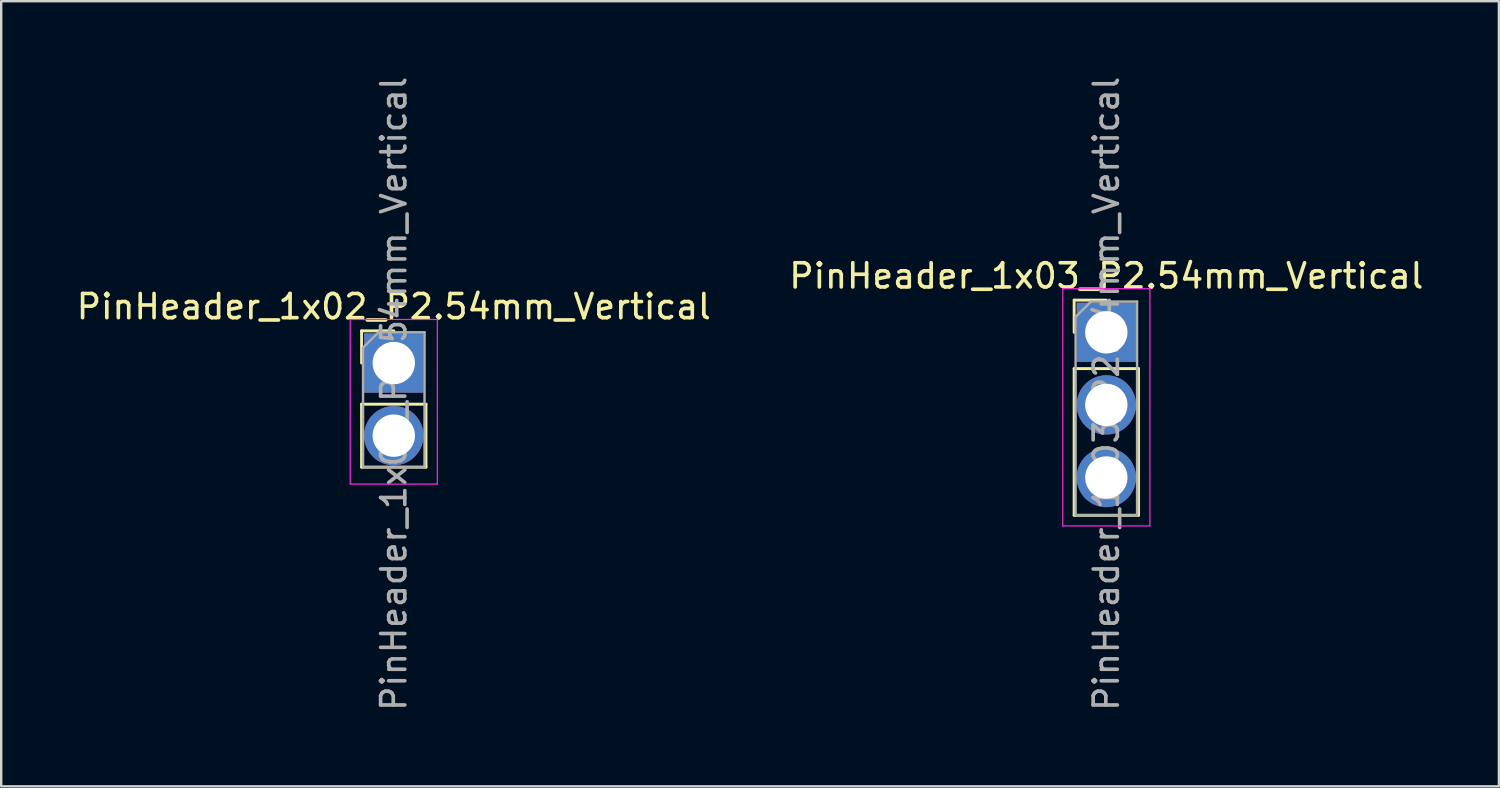
<source format=kicad_pcb>
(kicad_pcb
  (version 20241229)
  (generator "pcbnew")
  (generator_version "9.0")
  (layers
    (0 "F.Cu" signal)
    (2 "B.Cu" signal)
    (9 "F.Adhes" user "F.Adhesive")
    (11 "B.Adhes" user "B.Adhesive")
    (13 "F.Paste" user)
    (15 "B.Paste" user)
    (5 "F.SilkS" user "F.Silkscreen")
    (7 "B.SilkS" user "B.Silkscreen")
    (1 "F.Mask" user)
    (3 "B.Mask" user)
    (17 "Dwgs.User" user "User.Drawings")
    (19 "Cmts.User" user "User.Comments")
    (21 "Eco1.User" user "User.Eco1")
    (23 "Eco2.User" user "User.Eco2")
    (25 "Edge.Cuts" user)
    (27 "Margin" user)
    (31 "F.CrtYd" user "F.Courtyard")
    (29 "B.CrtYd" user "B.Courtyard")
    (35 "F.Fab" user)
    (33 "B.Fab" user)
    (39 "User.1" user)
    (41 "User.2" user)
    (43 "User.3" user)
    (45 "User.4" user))
  (footprint "PinHeader_1x02_P2.54mm_Vertical"
    (layer "F.Cu")
    (at 13.22 11.95)
    (property "Reference" "PinHeader_1x02_P2.54mm_Vertical" (at 0 -2.33 0) (layer "F.SilkS") (effects (font (size 1 1) (thickness 0.15))))
    (attr through_hole)
    (fp_line (start -1.33 -1.33) (end 0 -1.33) (stroke (width 0.12) (type solid)) (layer "F.SilkS"))
    (fp_line (start -1.33 0) (end -1.33 -1.33) (stroke (width 0.12) (type solid)) (layer "F.SilkS"))
    (fp_line (start -1.33 1.7) (end -1.33 4.3) (stroke (width 0.12) (type solid)) (layer "F.SilkS"))
    (fp_line (start -1.33 1.7) (end 1.33 1.7) (stroke (width 0.12) (type solid)) (layer "F.SilkS"))
    (fp_line (start -1.33 4.3) (end 1.33 4.3) (stroke (width 0.12) (type solid)) (layer "F.SilkS"))
    (fp_line (start 1.33 1.7) (end 1.33 4.3) (stroke (width 0.12) (type solid)) (layer "F.SilkS"))
    (fp_line (start -1.8 -1.8) (end -1.8 5) (stroke (width 0.05) (type solid)) (layer "F.CrtYd"))
    (fp_line (start -1.8 5) (end 1.8 5) (stroke (width 0.05) (type solid)) (layer "F.CrtYd"))
    (fp_line (start 1.8 -1.8) (end -1.8 -1.8) (stroke (width 0.05) (type solid)) (layer "F.CrtYd"))
    (fp_line (start 1.8 5) (end 1.8 -1.8) (stroke (width 0.05) (type solid)) (layer "F.CrtYd"))
    (fp_line (start -1.27 -0.635) (end -0.635 -1.27) (stroke (width 0.1) (type solid)) (layer "F.Fab"))
    (fp_line (start -1.27 4.3) (end -1.27 -0.635) (stroke (width 0.1) (type solid)) (layer "F.Fab"))
    (fp_line (start -0.635 -1.27) (end 1.27 -1.27) (stroke (width 0.1) (type solid)) (layer "F.Fab"))
    (fp_line (start 1.27 -1.27) (end 1.27 4.3) (stroke (width 0.1) (type solid)) (layer "F.Fab"))
    (fp_line (start 1.27 4.3) (end -1.27 4.3) (stroke (width 0.1) (type solid)) (layer "F.Fab"))
    (fp_text user "${REFERENCE}" (at 0 1.27 90) (layer "F.Fab") (effects (font (size 1 1) (thickness 0.15))))
    (pad "1" thru_hole rect (at 0 0) (size 2.45 2.45) (drill 1.75) (layers "*.Cu" "*.Mask"))
    (pad "2" thru_hole oval (at 0 3) (size 2.45 2.45) (drill 1.75) (layers "*.Cu" "*.Mask")))
  (footprint "PinHeader_1x03_P2.54mm_Vertical"
    (layer "F.Cu")
    (at 42.661 10.68)
    (property "Reference" "PinHeader_1x03_P2.54mm_Vertical" (at 0 -2.33 0) (layer "F.SilkS") (effects (font (size 1 1) (thickness 0.15))))
    (attr through_hole)
    (fp_line (start -1.33 -1.33) (end 0 -1.33) (stroke (width 0.12) (type solid)) (layer "F.SilkS"))
    (fp_line (start -1.33 0) (end -1.33 -1.33) (stroke (width 0.12) (type solid)) (layer "F.SilkS"))
    (fp_line (start -1.33 1.5) (end -1.33 7.56) (stroke (width 0.12) (type solid)) (layer "F.SilkS"))
    (fp_line (start -1.33 1.5) (end 1.33 1.5) (stroke (width 0.12) (type solid)) (layer "F.SilkS"))
    (fp_line (start -1.33 7.56) (end 1.33 7.56) (stroke (width 0.12) (type solid)) (layer "F.SilkS"))
    (fp_line (start 1.33 1.5) (end 1.33 7.56) (stroke (width 0.12) (type solid)) (layer "F.SilkS"))
    (fp_line (start -1.8 -1.8) (end -1.8 8) (stroke (width 0.05) (type solid)) (layer "F.CrtYd"))
    (fp_line (start -1.8 8) (end 1.8 8) (stroke (width 0.05) (type solid)) (layer "F.CrtYd"))
    (fp_line (start 1.8 -1.8) (end -1.8 -1.8) (stroke (width 0.05) (type solid)) (layer "F.CrtYd"))
    (fp_line (start 1.8 8) (end 1.8 -1.8) (stroke (width 0.05) (type solid)) (layer "F.CrtYd"))
    (fp_line (start -1.27 -0.635) (end -0.635 -1.27) (stroke (width 0.1) (type solid)) (layer "F.Fab"))
    (fp_line (start -1.27 7.56) (end -1.27 -0.635) (stroke (width 0.1) (type solid)) (layer "F.Fab"))
    (fp_line (start -0.635 -1.27) (end 1.27 -1.27) (stroke (width 0.1) (type solid)) (layer "F.Fab"))
    (fp_line (start 1.27 -1.27) (end 1.27 7.56) (stroke (width 0.1) (type solid)) (layer "F.Fab"))
    (fp_line (start 1.27 7.56) (end -1.27 7.56) (stroke (width 0.1) (type solid)) (layer "F.Fab"))
    (fp_text user "${REFERENCE}" (at 0 2.54 90) (layer "F.Fab") (effects (font (size 1 1) (thickness 0.15))))
    (pad "1" thru_hole rect (at 0 0) (size 2.45 2.45) (drill 1.75) (layers "*.Cu" "*.Mask"))
    (pad "2" thru_hole oval (at 0 3) (size 2.45 2.45) (drill 1.75) (layers "*.Cu" "*.Mask"))
    (pad "3" thru_hole oval (at 0 6) (size 2.45 2.45) (drill 1.75) (layers "*.Cu" "*.Mask")))
  (gr_rect
    (start -3 -3)
    (end 58.881 29.44)
    (stroke (width 0.1) (type default))
    (fill no)
    (layer "Edge.Cuts")))
</source>
